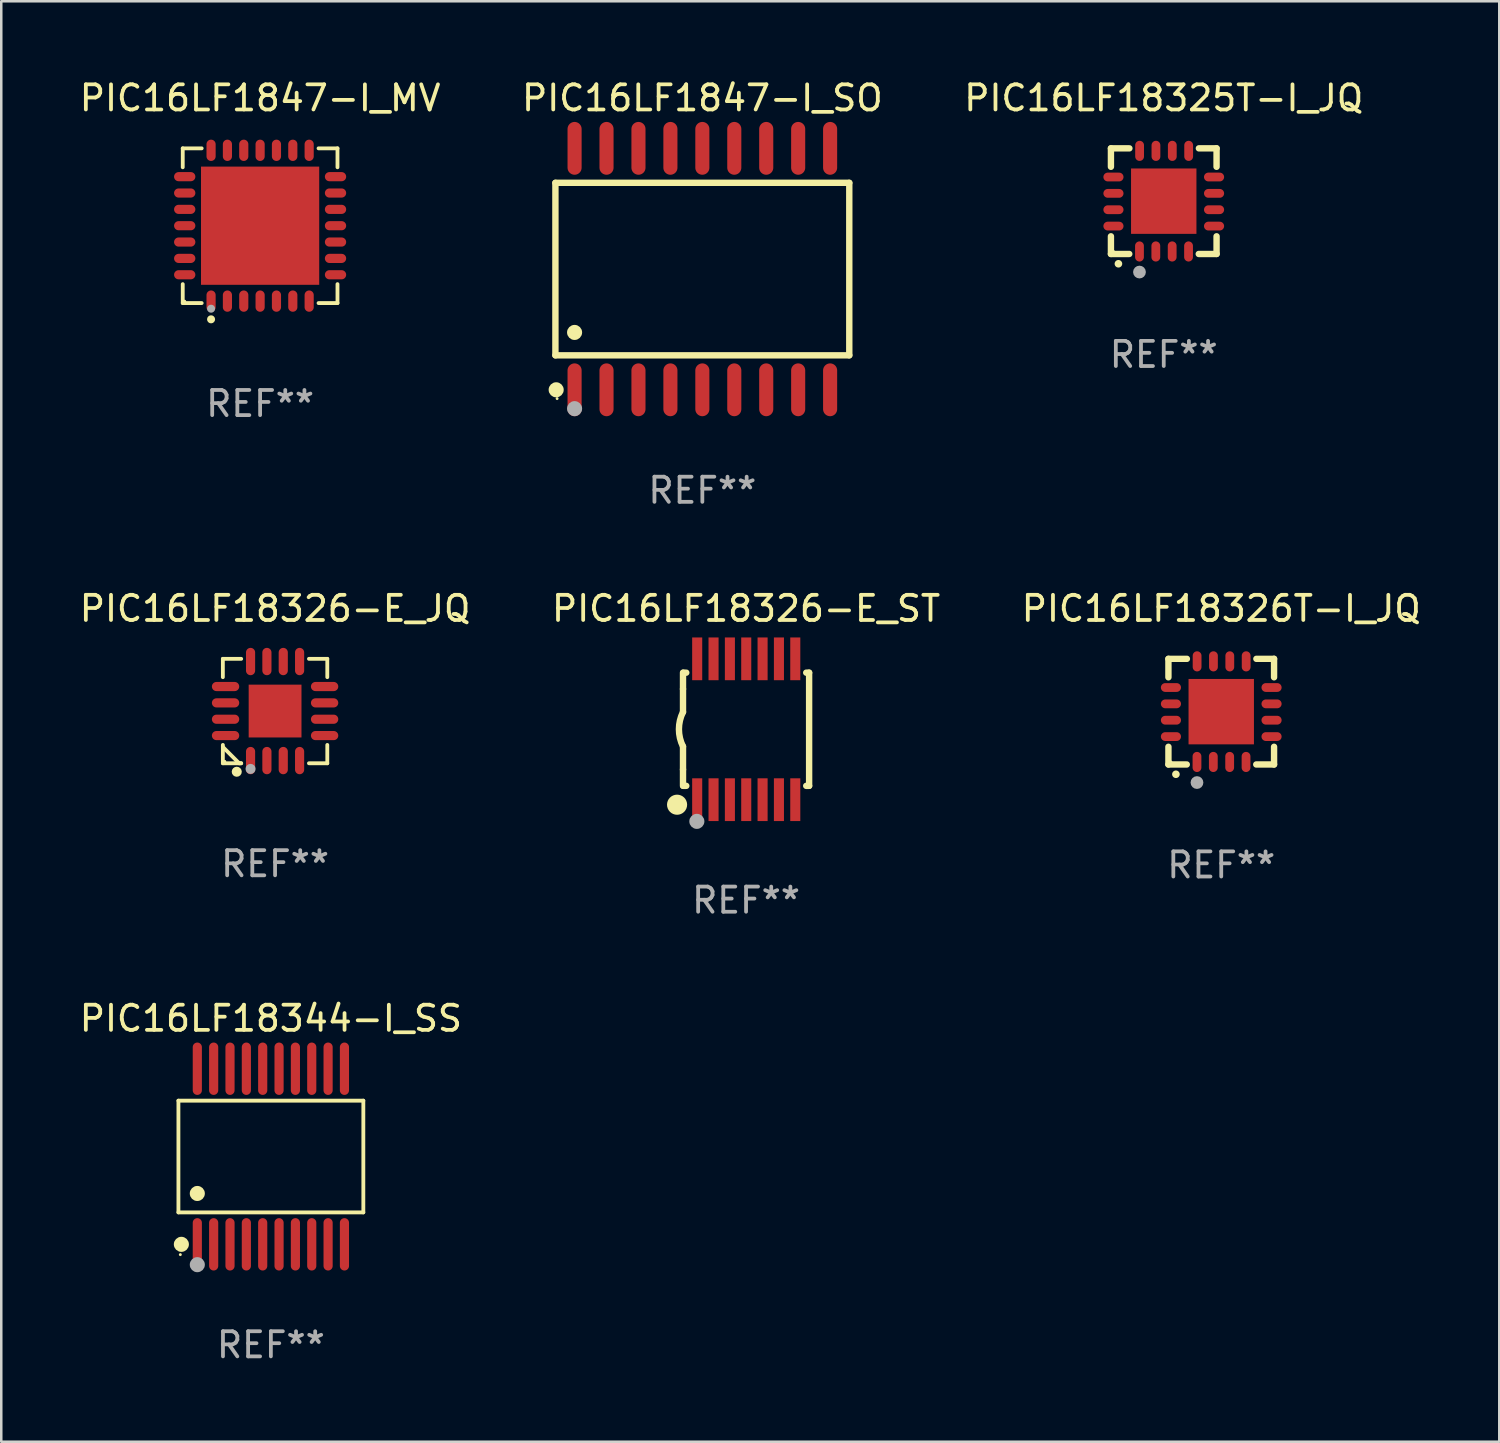
<source format=kicad_pcb>
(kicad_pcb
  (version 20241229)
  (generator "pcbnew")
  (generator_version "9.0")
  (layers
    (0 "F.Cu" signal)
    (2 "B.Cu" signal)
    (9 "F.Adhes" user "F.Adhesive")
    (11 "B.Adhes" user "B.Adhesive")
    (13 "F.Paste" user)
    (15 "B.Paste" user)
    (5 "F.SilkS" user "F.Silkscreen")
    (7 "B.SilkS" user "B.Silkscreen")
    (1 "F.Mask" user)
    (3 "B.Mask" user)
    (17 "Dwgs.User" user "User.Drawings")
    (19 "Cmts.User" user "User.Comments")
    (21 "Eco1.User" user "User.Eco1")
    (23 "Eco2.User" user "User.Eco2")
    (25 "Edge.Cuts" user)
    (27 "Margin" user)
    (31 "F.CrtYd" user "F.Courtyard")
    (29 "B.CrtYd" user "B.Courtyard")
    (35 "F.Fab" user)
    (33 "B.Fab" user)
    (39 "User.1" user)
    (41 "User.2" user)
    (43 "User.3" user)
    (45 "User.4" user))
  (footprint "PIC16LF18326T-I_JQ"
    (layer "F.Cu")
    (at 45.506 25.245)
    (property "Reference" "PIC16LF18326T-I_JQ" (at 0 -4.1 0) (layer "F.SilkS") (effects (font (size 1 1) (thickness 0.15))))
    (attr through_hole)
    (fp_line (start -2.1 -2.1) (end -1.366 -2.1) (stroke (width 0.254) (type solid)) (layer "F.SilkS"))
    (fp_line (start -2.1 -1.366) (end -2.1 -2.1) (stroke (width 0.254) (type solid)) (layer "F.SilkS"))
    (fp_line (start -2.1 2.1) (end -2.1 1.397) (stroke (width 0.254) (type solid)) (layer "F.SilkS"))
    (fp_line (start -2.1 2.1) (end -1.371 2.1) (stroke (width 0.254) (type solid)) (layer "F.SilkS"))
    (fp_line (start 1.392 2.1) (end 2.1 2.1) (stroke (width 0.254) (type solid)) (layer "F.SilkS"))
    (fp_line (start 1.397 -2.1) (end 2.1 -2.1) (stroke (width 0.254) (type solid)) (layer "F.SilkS"))
    (fp_line (start 2.1 -1.366) (end 2.1 -2.1) (stroke (width 0.254) (type solid)) (layer "F.SilkS"))
    (fp_line (start 2.1 2.1) (end 2.1 1.397) (stroke (width 0.254) (type solid)) (layer "F.SilkS"))
    (fp_arc (start -1.803404 2.489205) (mid -1.802134 2.4892) (end -1.800864 2.489205) (stroke (width 0.3) (type solid)) (layer "F.SilkS"))
    (fp_circle (center -2 2) (end -1.97 2) (stroke (width 0.06) (type solid)) (fill no) (layer "F.SilkS"))
    (fp_circle (center -0.965 2.819) (end -0.838 2.819) (stroke (width 0.254) (type solid)) (fill no) (layer "F.Fab"))
    (fp_text user "REF**" (at 0 6.1 0) (layer "F.Fab") (effects (font (size 1 1) (thickness 0.15))))
    (pad "1" smd oval (at -0.965 2) (size 0.35 0.8) (layers "F.Cu" "F.Mask" "F.Paste"))
    (pad "2" smd oval (at -0.315 2) (size 0.35 0.8) (layers "F.Cu" "F.Mask" "F.Paste"))
    (pad "3" smd oval (at 0.335 2) (size 0.35 0.8) (layers "F.Cu" "F.Mask" "F.Paste"))
    (pad "4" smd oval (at 0.986 2) (size 0.35 0.8) (layers "F.Cu" "F.Mask" "F.Paste"))
    (pad "5" smd oval (at 2 0.991 90) (size 0.35 0.8) (layers "F.Cu" "F.Mask" "F.Paste"))
    (pad "6" smd oval (at 2 0.34 90) (size 0.35 0.8) (layers "F.Cu" "F.Mask" "F.Paste"))
    (pad "7" smd oval (at 2 -0.31 90) (size 0.35 0.8) (layers "F.Cu" "F.Mask" "F.Paste"))
    (pad "8" smd oval (at 2 -0.96 90) (size 0.35 0.8) (layers "F.Cu" "F.Mask" "F.Paste"))
    (pad "9" smd oval (at 0.991 -2) (size 0.35 0.8) (layers "F.Cu" "F.Mask" "F.Paste"))
    (pad "10" smd oval (at 0.34 -2) (size 0.35 0.8) (layers "F.Cu" "F.Mask" "F.Paste"))
    (pad "11" smd oval (at -0.31 -2) (size 0.35 0.8) (layers "F.Cu" "F.Mask" "F.Paste"))
    (pad "12" smd oval (at -0.96 -2) (size 0.35 0.8) (layers "F.Cu" "F.Mask" "F.Paste"))
    (pad "13" smd oval (at -2 -0.96 90) (size 0.35 0.8) (layers "F.Cu" "F.Mask" "F.Paste"))
    (pad "14" smd oval (at -2 -0.31 90) (size 0.35 0.8) (layers "F.Cu" "F.Mask" "F.Paste"))
    (pad "15" smd oval (at -2 0.34 90) (size 0.35 0.8) (layers "F.Cu" "F.Mask" "F.Paste"))
    (pad "16" smd oval (at -2 0.991 90) (size 0.35 0.8) (layers "F.Cu" "F.Mask" "F.Paste"))
    (pad "17" smd rect (at 0 0 90) (size 2.6 2.6) (layers "F.Cu" "F.Mask" "F.Paste")))
  (footprint "PIC16LF1847-I_MV"
    (layer "F.Cu")
    (at 7.292 5.924)
    (property "Reference" "PIC16LF1847-I_MV" (at 0 -5.076 0) (layer "F.SilkS") (effects (font (size 1 1) (thickness 0.15))))
    (attr through_hole)
    (fp_line (start -3.076 -3.076) (end -2.323 -3.076) (stroke (width 0.152) (type solid)) (layer "F.SilkS"))
    (fp_line (start -3.076 -2.323) (end -3.076 -3.076) (stroke (width 0.152) (type solid)) (layer "F.SilkS"))
    (fp_line (start -3.076 2.323) (end -3.076 3.076) (stroke (width 0.152) (type solid)) (layer "F.SilkS"))
    (fp_line (start -3.076 3.076) (end -2.323 3.076) (stroke (width 0.152) (type solid)) (layer "F.SilkS"))
    (fp_line (start 3.076 -3.076) (end 2.323 -3.076) (stroke (width 0.152) (type solid)) (layer "F.SilkS"))
    (fp_line (start 3.076 -2.323) (end 3.076 -3.076) (stroke (width 0.152) (type solid)) (layer "F.SilkS"))
    (fp_line (start 3.076 2.323) (end 3.076 3.076) (stroke (width 0.152) (type solid)) (layer "F.SilkS"))
    (fp_line (start 3.076 3.076) (end 2.323 3.076) (stroke (width 0.152) (type solid)) (layer "F.SilkS"))
    (fp_circle (center -3 3) (end -2.97 3) (stroke (width 0.06) (type solid)) (fill no) (layer "F.SilkS"))
    (fp_circle (center -1.95 3.722) (end -1.87 3.722) (stroke (width 0.16) (type solid)) (fill no) (layer "F.SilkS"))
    (fp_circle (center -1.95 3.3) (end -1.87 3.3) (stroke (width 0.16) (type solid)) (fill no) (layer "F.Fab"))
    (fp_text user "REF**" (at 0 7.076 0) (layer "F.Fab") (effects (font (size 1 1) (thickness 0.15))))
    (pad "1" smd oval (at -1.95 2.998) (size 0.364 0.847) (layers "F.Cu" "F.Mask" "F.Paste"))
    (pad "2" smd oval (at -1.3 2.998) (size 0.364 0.847) (layers "F.Cu" "F.Mask" "F.Paste"))
    (pad "3" smd oval (at -0.65 2.998) (size 0.364 0.847) (layers "F.Cu" "F.Mask" "F.Paste"))
    (pad "4" smd oval (at 0 2.998) (size 0.364 0.847) (layers "F.Cu" "F.Mask" "F.Paste"))
    (pad "5" smd oval (at 0.65 2.998) (size 0.364 0.847) (layers "F.Cu" "F.Mask" "F.Paste"))
    (pad "6" smd oval (at 1.3 2.998) (size 0.364 0.847) (layers "F.Cu" "F.Mask" "F.Paste"))
    (pad "7" smd oval (at 1.95 2.998) (size 0.364 0.847) (layers "F.Cu" "F.Mask" "F.Paste"))
    (pad "8" smd oval (at 2.998 1.95) (size 0.847 0.364) (layers "F.Cu" "F.Mask" "F.Paste"))
    (pad "9" smd oval (at 2.998 1.3) (size 0.847 0.364) (layers "F.Cu" "F.Mask" "F.Paste"))
    (pad "10" smd oval (at 2.998 0.65) (size 0.847 0.364) (layers "F.Cu" "F.Mask" "F.Paste"))
    (pad "11" smd oval (at 2.998 0) (size 0.847 0.364) (layers "F.Cu" "F.Mask" "F.Paste"))
    (pad "12" smd oval (at 2.998 -0.65) (size 0.847 0.364) (layers "F.Cu" "F.Mask" "F.Paste"))
    (pad "13" smd oval (at 2.998 -1.3) (size 0.847 0.364) (layers "F.Cu" "F.Mask" "F.Paste"))
    (pad "14" smd oval (at 2.998 -1.95) (size 0.847 0.364) (layers "F.Cu" "F.Mask" "F.Paste"))
    (pad "15" smd oval (at 1.95 -2.998) (size 0.364 0.847) (layers "F.Cu" "F.Mask" "F.Paste"))
    (pad "16" smd oval (at 1.3 -2.998) (size 0.364 0.847) (layers "F.Cu" "F.Mask" "F.Paste"))
    (pad "17" smd oval (at 0.65 -2.998) (size 0.364 0.847) (layers "F.Cu" "F.Mask" "F.Paste"))
    (pad "18" smd oval (at 0 -2.998) (size 0.364 0.847) (layers "F.Cu" "F.Mask" "F.Paste"))
    (pad "19" smd oval (at -0.65 -2.998) (size 0.364 0.847) (layers "F.Cu" "F.Mask" "F.Paste"))
    (pad "20" smd oval (at -1.3 -2.998) (size 0.364 0.847) (layers "F.Cu" "F.Mask" "F.Paste"))
    (pad "21" smd oval (at -1.95 -2.998) (size 0.364 0.847) (layers "F.Cu" "F.Mask" "F.Paste"))
    (pad "22" smd oval (at -2.998 -1.95) (size 0.847 0.364) (layers "F.Cu" "F.Mask" "F.Paste"))
    (pad "23" smd oval (at -2.998 -1.3) (size 0.847 0.364) (layers "F.Cu" "F.Mask" "F.Paste"))
    (pad "24" smd oval (at -2.998 -0.65) (size 0.847 0.364) (layers "F.Cu" "F.Mask" "F.Paste"))
    (pad "25" smd oval (at -2.998 0) (size 0.847 0.364) (layers "F.Cu" "F.Mask" "F.Paste"))
    (pad "26" smd oval (at -2.998 0.65) (size 0.847 0.364) (layers "F.Cu" "F.Mask" "F.Paste"))
    (pad "27" smd oval (at -2.998 1.3) (size 0.847 0.364) (layers "F.Cu" "F.Mask" "F.Paste"))
    (pad "28" smd oval (at -2.998 1.95) (size 0.847 0.364) (layers "F.Cu" "F.Mask" "F.Paste"))
    (pad "29" smd rect (at 0 0) (size 4.7 4.7) (layers "F.Cu" "F.Mask" "F.Paste")))
  (footprint "PIC16LF18326-E_JQ"
    (layer "F.Cu")
    (at 7.887 25.221)
    (property "Reference" "PIC16LF18326-E_JQ" (at 0 -4.076 0) (layer "F.SilkS") (effects (font (size 1 1) (thickness 0.15))))
    (attr through_hole)
    (fp_line (start -2.076 -2.076) (end -1.347 -2.076) (stroke (width 0.152) (type solid)) (layer "F.SilkS"))
    (fp_line (start -2.076 -1.347) (end -2.076 -2.076) (stroke (width 0.152) (type solid)) (layer "F.SilkS"))
    (fp_line (start -2.076 1.347) (end -2.076 2.076) (stroke (width 0.152) (type solid)) (layer "F.SilkS"))
    (fp_line (start -2.076 2.076) (end -1.347 2.076) (stroke (width 0.152) (type solid)) (layer "F.SilkS"))
    (fp_line (start -1.429 2.076) (end -2.076 1.429) (stroke (width 0.152) (type solid)) (layer "F.SilkS"))
    (fp_line (start -1.347 2.076) (end -1.429 2.076) (stroke (width 0.152) (type solid)) (layer "F.SilkS"))
    (fp_line (start 2.076 -2.076) (end 1.347 -2.076) (stroke (width 0.152) (type solid)) (layer "F.SilkS"))
    (fp_line (start 2.076 -1.347) (end 2.076 -2.076) (stroke (width 0.152) (type solid)) (layer "F.SilkS"))
    (fp_line (start 2.076 1.347) (end 2.076 2.076) (stroke (width 0.152) (type solid)) (layer "F.SilkS"))
    (fp_line (start 2.076 2.076) (end 1.347 2.076) (stroke (width 0.152) (type solid)) (layer "F.SilkS"))
    (fp_circle (center -2 2) (end -1.97 2) (stroke (width 0.06) (type solid)) (fill no) (layer "F.SilkS"))
    (fp_circle (center -1.524 2.413) (end -1.424 2.413) (stroke (width 0.2) (type solid)) (fill no) (layer "F.SilkS"))
    (fp_circle (center -0.975 2.3) (end -0.875 2.3) (stroke (width 0.2) (type solid)) (fill no) (layer "F.Fab"))
    (fp_text user "REF**" (at 0 6.076 0) (layer "F.Fab") (effects (font (size 1 1) (thickness 0.15))))
    (pad "1" smd oval (at -0.975 1.969) (size 0.364 1.087) (layers "F.Cu" "F.Mask" "F.Paste"))
    (pad "2" smd oval (at -0.325 1.969) (size 0.364 1.087) (layers "F.Cu" "F.Mask" "F.Paste"))
    (pad "3" smd oval (at 0.325 1.969) (size 0.364 1.087) (layers "F.Cu" "F.Mask" "F.Paste"))
    (pad "4" smd oval (at 0.975 1.969) (size 0.364 1.087) (layers "F.Cu" "F.Mask" "F.Paste"))
    (pad "5" smd oval (at 1.969 0.975) (size 1.087 0.364) (layers "F.Cu" "F.Mask" "F.Paste"))
    (pad "6" smd oval (at 1.969 0.325) (size 1.087 0.364) (layers "F.Cu" "F.Mask" "F.Paste"))
    (pad "7" smd oval (at 1.969 -0.325) (size 1.087 0.364) (layers "F.Cu" "F.Mask" "F.Paste"))
    (pad "8" smd oval (at 1.969 -0.975) (size 1.087 0.364) (layers "F.Cu" "F.Mask" "F.Paste"))
    (pad "9" smd oval (at 0.975 -1.969) (size 0.364 1.087) (layers "F.Cu" "F.Mask" "F.Paste"))
    (pad "10" smd oval (at 0.325 -1.969) (size 0.364 1.087) (layers "F.Cu" "F.Mask" "F.Paste"))
    (pad "11" smd oval (at -0.325 -1.969) (size 0.364 1.087) (layers "F.Cu" "F.Mask" "F.Paste"))
    (pad "12" smd oval (at -0.975 -1.969) (size 0.364 1.087) (layers "F.Cu" "F.Mask" "F.Paste"))
    (pad "13" smd oval (at -1.969 -0.975) (size 1.087 0.364) (layers "F.Cu" "F.Mask" "F.Paste"))
    (pad "14" smd oval (at -1.969 -0.325) (size 1.087 0.364) (layers "F.Cu" "F.Mask" "F.Paste"))
    (pad "15" smd oval (at -1.969 0.325) (size 1.087 0.364) (layers "F.Cu" "F.Mask" "F.Paste"))
    (pad "16" smd oval (at -1.969 0.975) (size 1.087 0.364) (layers "F.Cu" "F.Mask" "F.Paste"))
    (pad "17" smd rect (at 0 0) (size 2.1 2.1) (layers "F.Cu" "F.Mask" "F.Paste")))
  (footprint "PIC16LF18325T-I_JQ"
    (layer "F.Cu")
    (at 43.22 4.948)
    (property "Reference" "PIC16LF18325T-I_JQ" (at 0 -4.1 0) (layer "F.SilkS") (effects (font (size 1 1) (thickness 0.15))))
    (attr through_hole)
    (fp_line (start -2.1 -2.1) (end -1.366 -2.1) (stroke (width 0.254) (type solid)) (layer "F.SilkS"))
    (fp_line (start -2.1 -1.366) (end -2.1 -2.1) (stroke (width 0.254) (type solid)) (layer "F.SilkS"))
    (fp_line (start -2.1 2.1) (end -2.1 1.397) (stroke (width 0.254) (type solid)) (layer "F.SilkS"))
    (fp_line (start -2.1 2.1) (end -1.371 2.1) (stroke (width 0.254) (type solid)) (layer "F.SilkS"))
    (fp_line (start 1.392 2.1) (end 2.1 2.1) (stroke (width 0.254) (type solid)) (layer "F.SilkS"))
    (fp_line (start 1.397 -2.1) (end 2.1 -2.1) (stroke (width 0.254) (type solid)) (layer "F.SilkS"))
    (fp_line (start 2.1 -1.366) (end 2.1 -2.1) (stroke (width 0.254) (type solid)) (layer "F.SilkS"))
    (fp_line (start 2.1 2.1) (end 2.1 1.397) (stroke (width 0.254) (type solid)) (layer "F.SilkS"))
    (fp_arc (start -1.803404 2.489205) (mid -1.802134 2.4892) (end -1.800864 2.489205) (stroke (width 0.3) (type solid)) (layer "F.SilkS"))
    (fp_circle (center -2 2) (end -1.97 2) (stroke (width 0.06) (type solid)) (fill no) (layer "F.SilkS"))
    (fp_circle (center -0.965 2.819) (end -0.838 2.819) (stroke (width 0.254) (type solid)) (fill no) (layer "F.Fab"))
    (fp_text user "REF**" (at 0 6.1 0) (layer "F.Fab") (effects (font (size 1 1) (thickness 0.15))))
    (pad "1" smd oval (at -0.965 2) (size 0.35 0.8) (layers "F.Cu" "F.Mask" "F.Paste"))
    (pad "2" smd oval (at -0.315 2) (size 0.35 0.8) (layers "F.Cu" "F.Mask" "F.Paste"))
    (pad "3" smd oval (at 0.335 2) (size 0.35 0.8) (layers "F.Cu" "F.Mask" "F.Paste"))
    (pad "4" smd oval (at 0.986 2) (size 0.35 0.8) (layers "F.Cu" "F.Mask" "F.Paste"))
    (pad "5" smd oval (at 2 0.991 90) (size 0.35 0.8) (layers "F.Cu" "F.Mask" "F.Paste"))
    (pad "6" smd oval (at 2 0.34 90) (size 0.35 0.8) (layers "F.Cu" "F.Mask" "F.Paste"))
    (pad "7" smd oval (at 2 -0.31 90) (size 0.35 0.8) (layers "F.Cu" "F.Mask" "F.Paste"))
    (pad "8" smd oval (at 2 -0.96 90) (size 0.35 0.8) (layers "F.Cu" "F.Mask" "F.Paste"))
    (pad "9" smd oval (at 0.991 -2) (size 0.35 0.8) (layers "F.Cu" "F.Mask" "F.Paste"))
    (pad "10" smd oval (at 0.34 -2) (size 0.35 0.8) (layers "F.Cu" "F.Mask" "F.Paste"))
    (pad "11" smd oval (at -0.31 -2) (size 0.35 0.8) (layers "F.Cu" "F.Mask" "F.Paste"))
    (pad "12" smd oval (at -0.96 -2) (size 0.35 0.8) (layers "F.Cu" "F.Mask" "F.Paste"))
    (pad "13" smd oval (at -2 -0.96 90) (size 0.35 0.8) (layers "F.Cu" "F.Mask" "F.Paste"))
    (pad "14" smd oval (at -2 -0.31 90) (size 0.35 0.8) (layers "F.Cu" "F.Mask" "F.Paste"))
    (pad "15" smd oval (at -2 0.34 90) (size 0.35 0.8) (layers "F.Cu" "F.Mask" "F.Paste"))
    (pad "16" smd oval (at -2 0.991 90) (size 0.35 0.8) (layers "F.Cu" "F.Mask" "F.Paste"))
    (pad "17" smd rect (at 0 0 90) (size 2.6 2.6) (layers "F.Cu" "F.Mask" "F.Paste")))
  (footprint "PIC16LF18326-E_ST"
    (layer "F.Cu")
    (at 26.613 25.945)
    (property "Reference" "PIC16LF18326-E_ST" (at 0 -4.8 0) (layer "F.SilkS") (effects (font (size 1 1) (thickness 0.15))))
    (attr through_hole)
    (fp_line (start -2.507 -1.6) (end -2.507 -2.25) (stroke (width 0.254) (type solid)) (layer "F.SilkS"))
    (fp_line (start -2.507 -0.686) (end -2.507 -1.6) (stroke (width 0.254) (type solid)) (layer "F.SilkS"))
    (fp_line (start -2.507 1.6) (end -2.507 0.686) (stroke (width 0.254) (type solid)) (layer "F.SilkS"))
    (fp_line (start -2.507 1.6) (end -2.507 2.25) (stroke (width 0.254) (type solid)) (layer "F.SilkS"))
    (fp_line (start -2.493 -2.25) (end -2.377 -2.25) (stroke (width 0.254) (type solid)) (layer "F.SilkS"))
    (fp_line (start -2.377 2.25) (end -2.493 2.25) (stroke (width 0.254) (type solid)) (layer "F.SilkS"))
    (fp_line (start 2.392 -2.25) (end 2.507 -2.25) (stroke (width 0.254) (type solid)) (layer "F.SilkS"))
    (fp_line (start 2.507 -2.25) (end 2.507 2.25) (stroke (width 0.254) (type solid)) (layer "F.SilkS"))
    (fp_line (start 2.507 2.25) (end 2.392 2.25) (stroke (width 0.254) (type solid)) (layer "F.SilkS"))
    (fp_arc (start -2.507303 0.685802) (mid -2.669199 0) (end -2.507303 -0.685801) (stroke (width 0.254001) (type solid)) (layer "F.SilkS"))
    (fp_circle (center -2.743 3) (end -2.543 3) (stroke (width 0.4) (type solid)) (fill no) (layer "F.SilkS"))
    (fp_circle (center -2.493 3.2) (end -2.463 3.2) (stroke (width 0.06) (type solid)) (fill no) (layer "F.SilkS"))
    (fp_circle (center -1.957 3.662) (end -1.807 3.662) (stroke (width 0.3) (type solid)) (fill no) (layer "F.Fab"))
    (fp_text user "REF**" (at 0 6.8 0) (layer "F.Fab") (effects (font (size 1 1) (thickness 0.15))))
    (pad "1" smd rect (at -1.943 2.8) (size 0.4 1.7) (layers "F.Cu" "F.Mask" "F.Paste"))
    (pad "2" smd rect (at -1.293 2.8) (size 0.4 1.7) (layers "F.Cu" "F.Mask" "F.Paste"))
    (pad "3" smd rect (at -0.643 2.8) (size 0.4 1.7) (layers "F.Cu" "F.Mask" "F.Paste"))
    (pad "4" smd rect (at 0.007 2.8) (size 0.4 1.7) (layers "F.Cu" "F.Mask" "F.Paste"))
    (pad "5" smd rect (at 0.657 2.8) (size 0.4 1.7) (layers "F.Cu" "F.Mask" "F.Paste"))
    (pad "6" smd rect (at 1.307 2.8) (size 0.4 1.7) (layers "F.Cu" "F.Mask" "F.Paste"))
    (pad "7" smd rect (at 1.957 2.8) (size 0.4 1.7) (layers "F.Cu" "F.Mask" "F.Paste"))
    (pad "8" smd rect (at 1.957 -2.8) (size 0.4 1.7) (layers "F.Cu" "F.Mask" "F.Paste"))
    (pad "9" smd rect (at 1.307 -2.8) (size 0.4 1.7) (layers "F.Cu" "F.Mask" "F.Paste"))
    (pad "10" smd rect (at 0.657 -2.8) (size 0.4 1.7) (layers "F.Cu" "F.Mask" "F.Paste"))
    (pad "11" smd rect (at 0.007 -2.8) (size 0.4 1.7) (layers "F.Cu" "F.Mask" "F.Paste"))
    (pad "12" smd rect (at -0.643 -2.8) (size 0.4 1.7) (layers "F.Cu" "F.Mask" "F.Paste"))
    (pad "13" smd rect (at -1.293 -2.8) (size 0.4 1.7) (layers "F.Cu" "F.Mask" "F.Paste"))
    (pad "14" smd rect (at -1.943 -2.8) (size 0.4 1.7) (layers "F.Cu" "F.Mask" "F.Paste")))
  (footprint "PIC16LF18344-I_SS"
    (layer "F.Cu")
    (at 7.72 42.933)
    (property "Reference" "PIC16LF18344-I_SS" (at 0 -5.491 0) (layer "F.SilkS") (effects (font (size 1 1) (thickness 0.15))))
    (attr through_hole)
    (fp_line (start -3.676 -2.221) (end 3.676 -2.221) (stroke (width 0.152) (type solid)) (layer "F.SilkS"))
    (fp_line (start -3.676 2.221) (end -3.676 -2.221) (stroke (width 0.152) (type solid)) (layer "F.SilkS"))
    (fp_line (start 3.676 -2.221) (end 3.676 2.221) (stroke (width 0.152) (type solid)) (layer "F.SilkS"))
    (fp_line (start 3.676 2.221) (end -3.676 2.221) (stroke (width 0.152) (type solid)) (layer "F.SilkS"))
    (fp_circle (center -3.6 3.9) (end -3.57 3.9) (stroke (width 0.06) (type solid)) (fill no) (layer "F.SilkS"))
    (fp_circle (center -3.559 3.491) (end -3.409 3.491) (stroke (width 0.3) (type solid)) (fill no) (layer "F.SilkS"))
    (fp_circle (center -2.925 1.469) (end -2.775 1.469) (stroke (width 0.3) (type solid)) (fill no) (layer "F.SilkS"))
    (fp_circle (center -2.925 4.3) (end -2.775 4.3) (stroke (width 0.3) (type solid)) (fill no) (layer "F.Fab"))
    (fp_text user "REF**" (at 0 7.491 0) (layer "F.Fab") (effects (font (size 1 1) (thickness 0.15))))
    (pad "1" smd oval (at -2.925 3.491) (size 0.364 2.082) (layers "F.Cu" "F.Mask" "F.Paste"))
    (pad "2" smd oval (at -2.275 3.491) (size 0.364 2.082) (layers "F.Cu" "F.Mask" "F.Paste"))
    (pad "3" smd oval (at -1.625 3.491) (size 0.364 2.082) (layers "F.Cu" "F.Mask" "F.Paste"))
    (pad "4" smd oval (at -0.975 3.491) (size 0.364 2.082) (layers "F.Cu" "F.Mask" "F.Paste"))
    (pad "5" smd oval (at -0.325 3.491) (size 0.364 2.082) (layers "F.Cu" "F.Mask" "F.Paste"))
    (pad "6" smd oval (at 0.325 3.491) (size 0.364 2.082) (layers "F.Cu" "F.Mask" "F.Paste"))
    (pad "7" smd oval (at 0.975 3.491) (size 0.364 2.082) (layers "F.Cu" "F.Mask" "F.Paste"))
    (pad "8" smd oval (at 1.625 3.491) (size 0.364 2.082) (layers "F.Cu" "F.Mask" "F.Paste"))
    (pad "9" smd oval (at 2.275 3.491) (size 0.364 2.082) (layers "F.Cu" "F.Mask" "F.Paste"))
    (pad "10" smd oval (at 2.925 3.491) (size 0.364 2.082) (layers "F.Cu" "F.Mask" "F.Paste"))
    (pad "11" smd oval (at 2.925 -3.491) (size 0.364 2.082) (layers "F.Cu" "F.Mask" "F.Paste"))
    (pad "12" smd oval (at 2.275 -3.491) (size 0.364 2.082) (layers "F.Cu" "F.Mask" "F.Paste"))
    (pad "13" smd oval (at 1.625 -3.491) (size 0.364 2.082) (layers "F.Cu" "F.Mask" "F.Paste"))
    (pad "14" smd oval (at 0.975 -3.491) (size 0.364 2.082) (layers "F.Cu" "F.Mask" "F.Paste"))
    (pad "15" smd oval (at 0.325 -3.491) (size 0.364 2.082) (layers "F.Cu" "F.Mask" "F.Paste"))
    (pad "16" smd oval (at -0.325 -3.491) (size 0.364 2.082) (layers "F.Cu" "F.Mask" "F.Paste"))
    (pad "17" smd oval (at -0.975 -3.491) (size 0.364 2.082) (layers "F.Cu" "F.Mask" "F.Paste"))
    (pad "18" smd oval (at -1.625 -3.491) (size 0.364 2.082) (layers "F.Cu" "F.Mask" "F.Paste"))
    (pad "19" smd oval (at -2.275 -3.491) (size 0.364 2.082) (layers "F.Cu" "F.Mask" "F.Paste"))
    (pad "20" smd oval (at -2.925 -3.491) (size 0.364 2.082) (layers "F.Cu" "F.Mask" "F.Paste")))
  (footprint "PIC16LF1847-I_SO"
    (layer "F.Cu")
    (at 24.875 7.648)
    (property "Reference" "PIC16LF1847-I_SO" (at 0 -6.8 0) (layer "F.SilkS") (effects (font (size 1 1) (thickness 0.15))))
    (attr through_hole)
    (fp_line (start -5.842 -3.429) (end -5.842 3.429) (stroke (width 0.254) (type solid)) (layer "F.SilkS"))
    (fp_line (start -5.842 3.429) (end 5.842 3.429) (stroke (width 0.254) (type solid)) (layer "F.SilkS"))
    (fp_line (start 5.842 -3.429) (end -5.842 -3.429) (stroke (width 0.254) (type solid)) (layer "F.SilkS"))
    (fp_line (start 5.842 3.429) (end 5.842 -3.429) (stroke (width 0.254) (type solid)) (layer "F.SilkS"))
    (fp_circle (center -5.812 4.8) (end -5.662 4.8) (stroke (width 0.3) (type solid)) (fill no) (layer "F.SilkS"))
    (fp_circle (center -5.775 5.15) (end -5.745 5.15) (stroke (width 0.06) (type solid)) (fill no) (layer "F.SilkS"))
    (fp_circle (center -5.08 2.519) (end -4.93 2.519) (stroke (width 0.3) (type solid)) (fill no) (layer "F.SilkS"))
    (fp_circle (center -5.08 5.55) (end -4.93 5.55) (stroke (width 0.3) (type solid)) (fill no) (layer "F.Fab"))
    (fp_text user "REF**" (at 0 8.8 0) (layer "F.Fab") (effects (font (size 1 1) (thickness 0.15))))
    (pad "1" smd oval (at -5.08 4.8) (size 0.56 2.1) (layers "F.Cu" "F.Mask" "F.Paste"))
    (pad "2" smd oval (at -3.81 4.8) (size 0.56 2.1) (layers "F.Cu" "F.Mask" "F.Paste"))
    (pad "3" smd oval (at -2.54 4.8) (size 0.56 2.1) (layers "F.Cu" "F.Mask" "F.Paste"))
    (pad "4" smd oval (at -1.27 4.8) (size 0.56 2.1) (layers "F.Cu" "F.Mask" "F.Paste"))
    (pad "5" smd oval (at 0 4.8) (size 0.56 2.1) (layers "F.Cu" "F.Mask" "F.Paste"))
    (pad "6" smd oval (at 1.27 4.8) (size 0.56 2.1) (layers "F.Cu" "F.Mask" "F.Paste"))
    (pad "7" smd oval (at 2.54 4.8) (size 0.56 2.1) (layers "F.Cu" "F.Mask" "F.Paste"))
    (pad "8" smd oval (at 3.81 4.8) (size 0.56 2.1) (layers "F.Cu" "F.Mask" "F.Paste"))
    (pad "9" smd oval (at 5.08 4.8) (size 0.56 2.1) (layers "F.Cu" "F.Mask" "F.Paste"))
    (pad "10" smd oval (at 5.08 -4.8) (size 0.56 2.1) (layers "F.Cu" "F.Mask" "F.Paste"))
    (pad "11" smd oval (at 3.81 -4.8) (size 0.56 2.1) (layers "F.Cu" "F.Mask" "F.Paste"))
    (pad "12" smd oval (at 2.54 -4.8) (size 0.56 2.1) (layers "F.Cu" "F.Mask" "F.Paste"))
    (pad "13" smd oval (at 1.27 -4.8) (size 0.56 2.1) (layers "F.Cu" "F.Mask" "F.Paste"))
    (pad "14" smd oval (at 0 -4.8) (size 0.56 2.1) (layers "F.Cu" "F.Mask" "F.Paste"))
    (pad "15" smd oval (at -1.27 -4.8) (size 0.56 2.1) (layers "F.Cu" "F.Mask" "F.Paste"))
    (pad "16" smd oval (at -2.54 -4.8) (size 0.56 2.1) (layers "F.Cu" "F.Mask" "F.Paste"))
    (pad "17" smd oval (at -3.81 -4.8) (size 0.56 2.1) (layers "F.Cu" "F.Mask" "F.Paste"))
    (pad "18" smd oval (at -5.08 -4.8) (size 0.56 2.1) (layers "F.Cu" "F.Mask" "F.Paste")))
  (gr_rect
    (start -3 -3)
    (end 56.56 54.272)
    (stroke (width 0.1) (type default))
    (fill no)
    (layer "Edge.Cuts")))
</source>
